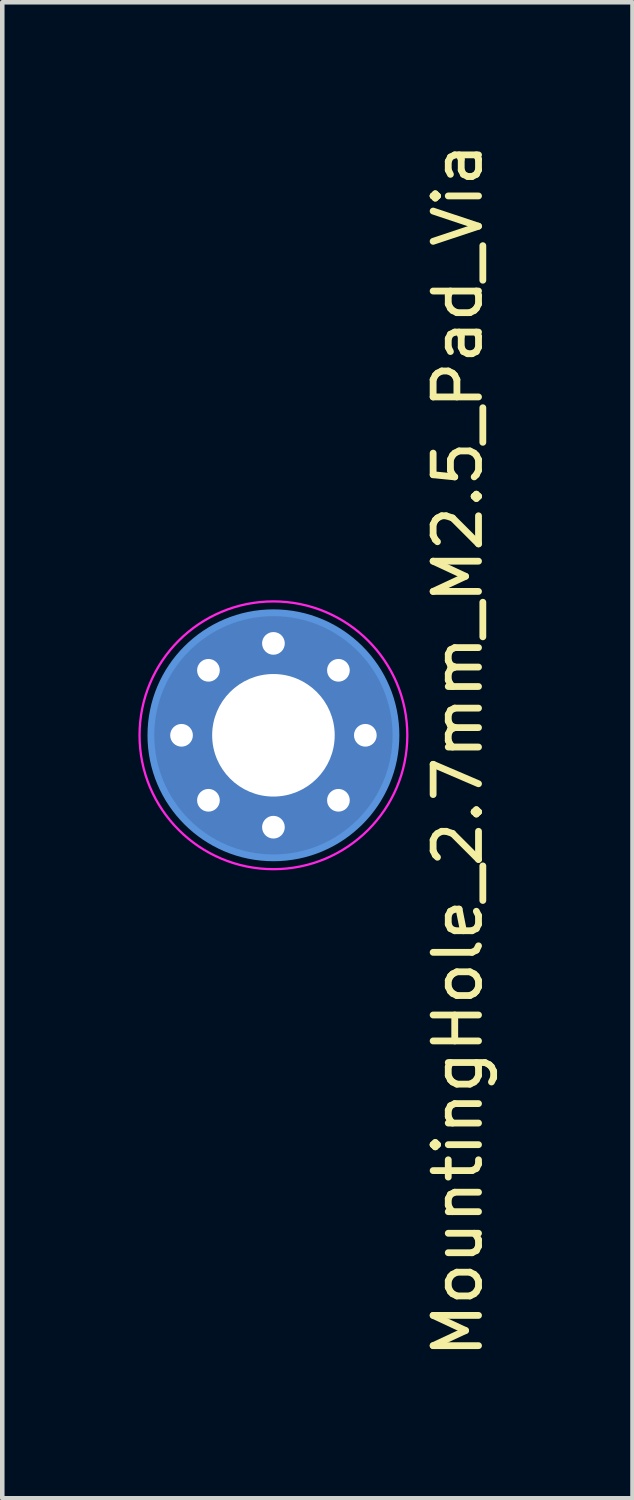
<source format=kicad_pcb>
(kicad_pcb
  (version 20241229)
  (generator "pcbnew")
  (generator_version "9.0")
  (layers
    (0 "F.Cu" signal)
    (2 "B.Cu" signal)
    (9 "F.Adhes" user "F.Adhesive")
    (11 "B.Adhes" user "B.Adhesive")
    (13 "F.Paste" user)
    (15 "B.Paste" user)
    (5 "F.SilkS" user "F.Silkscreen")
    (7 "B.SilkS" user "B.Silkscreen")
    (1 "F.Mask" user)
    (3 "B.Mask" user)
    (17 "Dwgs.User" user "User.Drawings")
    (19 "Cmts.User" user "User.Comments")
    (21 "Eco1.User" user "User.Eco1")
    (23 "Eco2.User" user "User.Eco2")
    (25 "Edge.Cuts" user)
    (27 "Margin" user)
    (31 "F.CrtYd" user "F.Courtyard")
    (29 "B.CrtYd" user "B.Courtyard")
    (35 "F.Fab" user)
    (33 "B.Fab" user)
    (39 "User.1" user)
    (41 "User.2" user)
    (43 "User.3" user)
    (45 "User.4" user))
  (footprint "MountingHole_2.7mm_M2.5_Pad_Via"
    (layer "F.Cu")
    (at 2.975 13.152)
    (property "Reference" "MountingHole_2.7mm_M2.5_Pad_Via" (at 4.064 0.33 90) (layer "F.SilkS") (effects (font (size 1 1) (thickness 0.15))))
    (attr through_hole)
    (fp_circle (center 0 0) (end 2.7 0) (stroke (width 0.15) (type solid)) (fill no) (layer "Cmts.User"))
    (fp_circle (center 0 0) (end 2.95 0) (stroke (width 0.05) (type solid)) (fill no) (layer "F.CrtYd"))
    (pad "1" thru_hole circle (at -2.025 0) (size 0.6 0.6) (drill 0.5) (layers "*.Cu" "*.Mask"))
    (pad "1" thru_hole circle (at -1.432 -1.432) (size 0.6 0.6) (drill 0.5) (layers "*.Cu" "*.Mask"))
    (pad "1" thru_hole circle (at -1.432 1.432) (size 0.6 0.6) (drill 0.5) (layers "*.Cu" "*.Mask"))
    (pad "1" thru_hole circle (at 0 -2.025) (size 0.6 0.6) (drill 0.5) (layers "*.Cu" "*.Mask"))
    (pad "1" thru_hole circle (at 0 0) (size 5.4 5.4) (drill 2.7) (layers "*.Cu" "*.Mask"))
    (pad "1" thru_hole circle (at 0 2.025) (size 0.6 0.6) (drill 0.5) (layers "*.Cu" "*.Mask"))
    (pad "1" thru_hole circle (at 1.432 -1.432) (size 0.6 0.6) (drill 0.5) (layers "*.Cu" "*.Mask"))
    (pad "1" thru_hole circle (at 1.432 1.432) (size 0.6 0.6) (drill 0.5) (layers "*.Cu" "*.Mask"))
    (pad "1" thru_hole circle (at 2.025 0) (size 0.6 0.6) (drill 0.5) (layers "*.Cu" "*.Mask")))
  (gr_rect
    (start -3 -3)
    (end 10.887 29.964)
    (stroke (width 0.1) (type default))
    (fill no)
    (layer "Edge.Cuts")))
</source>
